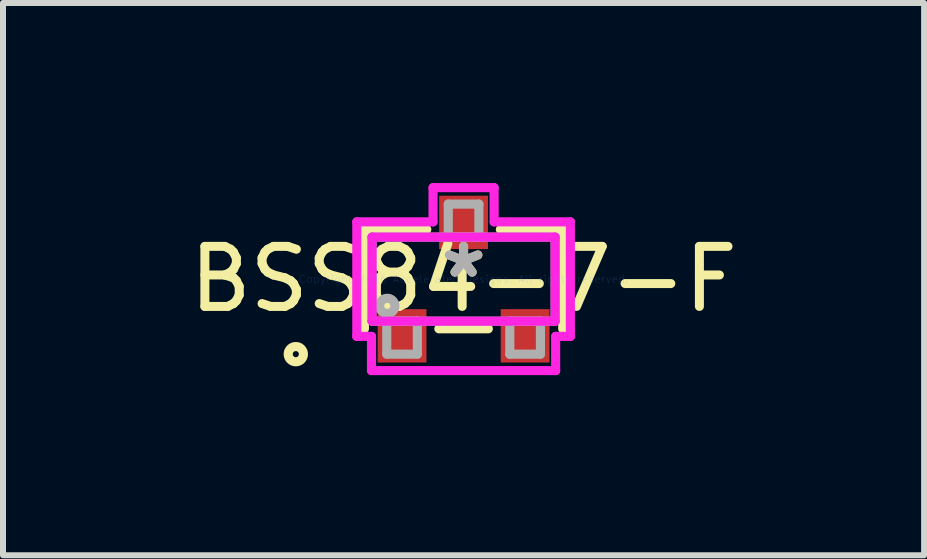
<source format=kicad_pcb>
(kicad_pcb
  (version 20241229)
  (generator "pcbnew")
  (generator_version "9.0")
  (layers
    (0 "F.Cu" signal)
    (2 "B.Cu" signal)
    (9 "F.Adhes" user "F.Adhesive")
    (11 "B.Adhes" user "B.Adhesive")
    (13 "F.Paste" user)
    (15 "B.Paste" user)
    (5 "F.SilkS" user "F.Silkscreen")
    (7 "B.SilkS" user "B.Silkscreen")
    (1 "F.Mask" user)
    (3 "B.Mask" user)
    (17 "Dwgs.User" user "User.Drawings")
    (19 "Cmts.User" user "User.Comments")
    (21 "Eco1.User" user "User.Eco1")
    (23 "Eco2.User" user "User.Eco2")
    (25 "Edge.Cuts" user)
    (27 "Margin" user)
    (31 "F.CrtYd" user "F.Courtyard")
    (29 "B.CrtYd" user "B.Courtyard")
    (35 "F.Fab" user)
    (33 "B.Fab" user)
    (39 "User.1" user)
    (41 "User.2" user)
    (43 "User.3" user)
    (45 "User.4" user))
  (footprint "BSS84-7-F"
    (layer "F.Cu")
    (at 4.673 1.6)
    (property "Reference" "BSS84-7-F" (at 0 0 0) (layer "F.SilkS") (effects (font (size 1 1) (thickness 0.15))))
    (attr through_hole)
    (fp_line (start -1.652 -0.827) (end -1.652 0.827) (stroke (width 0.152) (type solid)) (layer "F.SilkS"))
    (fp_line (start -0.613 -0.827) (end -1.652 -0.827) (stroke (width 0.152) (type solid)) (layer "F.SilkS"))
    (fp_line (start -0.412 0.827) (end 0.412 0.827) (stroke (width 0.152) (type solid)) (layer "F.SilkS"))
    (fp_line (start 1.652 -0.827) (end 0.613 -0.827) (stroke (width 0.152) (type solid)) (layer "F.SilkS"))
    (fp_line (start 1.652 0.827) (end 1.652 -0.827) (stroke (width 0.152) (type solid)) (layer "F.SilkS"))
    (fp_circle (center -2.795 1.25) (end -2.668 1.25) (stroke (width 0.152) (type solid)) (fill no) (layer "F.SilkS"))
    (fp_line (start -1.779 -0.954) (end -0.509 -0.954) (stroke (width 0.152) (type solid)) (layer "F.CrtYd"))
    (fp_line (start -1.779 0.954) (end -1.779 -0.954) (stroke (width 0.152) (type solid)) (layer "F.CrtYd"))
    (fp_line (start -1.534 0.954) (end -1.779 0.954) (stroke (width 0.152) (type solid)) (layer "F.CrtYd"))
    (fp_line (start -1.534 1.524) (end -1.534 0.954) (stroke (width 0.152) (type solid)) (layer "F.CrtYd"))
    (fp_line (start -1.525 -0.7) (end 1.525 -0.7) (stroke (width 0.152) (type solid)) (layer "F.CrtYd"))
    (fp_line (start -1.525 0.7) (end -1.525 -0.7) (stroke (width 0.152) (type solid)) (layer "F.CrtYd"))
    (fp_line (start -0.509 -1.524) (end 0.508 -1.524) (stroke (width 0.152) (type solid)) (layer "F.CrtYd"))
    (fp_line (start -0.509 -0.954) (end -0.509 -1.524) (stroke (width 0.152) (type solid)) (layer "F.CrtYd"))
    (fp_line (start 0.508 -1.524) (end 0.509 -0.954) (stroke (width 0.152) (type solid)) (layer "F.CrtYd"))
    (fp_line (start 0.509 -0.954) (end 1.779 -0.954) (stroke (width 0.152) (type solid)) (layer "F.CrtYd"))
    (fp_line (start 1.525 -0.7) (end 1.525 0.7) (stroke (width 0.152) (type solid)) (layer "F.CrtYd"))
    (fp_line (start 1.525 0.7) (end -1.525 0.7) (stroke (width 0.152) (type solid)) (layer "F.CrtYd"))
    (fp_line (start 1.534 0.954) (end 1.534 1.524) (stroke (width 0.152) (type solid)) (layer "F.CrtYd"))
    (fp_line (start 1.534 1.524) (end -1.534 1.524) (stroke (width 0.152) (type solid)) (layer "F.CrtYd"))
    (fp_line (start 1.779 -0.954) (end 1.779 0.954) (stroke (width 0.152) (type solid)) (layer "F.CrtYd"))
    (fp_line (start 1.779 0.954) (end 1.534 0.954) (stroke (width 0.152) (type solid)) (layer "F.CrtYd"))
    (fp_line (start -1.525 -0.7) (end -1.525 0.7) (stroke (width 0.152) (type solid)) (layer "F.Fab"))
    (fp_line (start -1.525 0.7) (end 1.525 0.7) (stroke (width 0.152) (type solid)) (layer "F.Fab"))
    (fp_line (start -1.28 0.7) (end -1.28 1.25) (stroke (width 0.152) (type solid)) (layer "F.Fab"))
    (fp_line (start -1.28 1.25) (end -0.77 1.25) (stroke (width 0.152) (type solid)) (layer "F.Fab"))
    (fp_line (start -0.77 0.7) (end -1.28 0.7) (stroke (width 0.152) (type solid)) (layer "F.Fab"))
    (fp_line (start -0.77 1.25) (end -0.77 0.7) (stroke (width 0.152) (type solid)) (layer "F.Fab"))
    (fp_line (start -0.255 -1.25) (end -0.255 -0.7) (stroke (width 0.152) (type solid)) (layer "F.Fab"))
    (fp_line (start -0.255 -0.7) (end 0.255 -0.7) (stroke (width 0.152) (type solid)) (layer "F.Fab"))
    (fp_line (start 0.255 -1.25) (end -0.255 -1.25) (stroke (width 0.152) (type solid)) (layer "F.Fab"))
    (fp_line (start 0.255 -0.7) (end 0.255 -1.25) (stroke (width 0.152) (type solid)) (layer "F.Fab"))
    (fp_line (start 0.77 0.7) (end 0.77 1.25) (stroke (width 0.152) (type solid)) (layer "F.Fab"))
    (fp_line (start 0.77 1.25) (end 1.28 1.25) (stroke (width 0.152) (type solid)) (layer "F.Fab"))
    (fp_line (start 1.28 0.7) (end 0.77 0.7) (stroke (width 0.152) (type solid)) (layer "F.Fab"))
    (fp_line (start 1.28 1.25) (end 1.28 0.7) (stroke (width 0.152) (type solid)) (layer "F.Fab"))
    (fp_line (start 1.525 -0.7) (end -1.525 -0.7) (stroke (width 0.152) (type solid)) (layer "F.Fab"))
    (fp_line (start 1.525 0.7) (end 1.525 -0.7) (stroke (width 0.152) (type solid)) (layer "F.Fab"))
    (fp_circle (center -1.271 0.446) (end -1.144 0.446) (stroke (width 0.152) (type solid)) (fill no) (layer "F.Fab"))
    (fp_text user "*" (at 0 0 0) (layer "F.SilkS") (effects (font (size 1 1) (thickness 0.15))))
    (fp_text user "Copyright 2016 Accelerated Designs. All rights reserved." (at 0 0 0) (layer "Cmts.User") (effects (font (size 0.127 0.127) (thickness 0.002))))
    (fp_text user "*" (at 0 0 0) (layer "F.Fab") (effects (font (size 1 1) (thickness 0.15))))
    (pad "1" smd rect (at -1.025 0.945) (size 0.813 0.889) (layers "F.Cu" "F.Mask" "F.Paste"))
    (pad "2" smd rect (at 1.025 0.945) (size 0.813 0.889) (layers "F.Cu" "F.Mask" "F.Paste"))
    (pad "3" smd rect (at 0 -0.945) (size 0.813 0.889) (layers "F.Cu" "F.Mask" "F.Paste")))
  (gr_rect
    (start -3 -3)
    (end 12.345 6.2)
    (stroke (width 0.1) (type default))
    (fill no)
    (layer "Edge.Cuts")))
</source>
